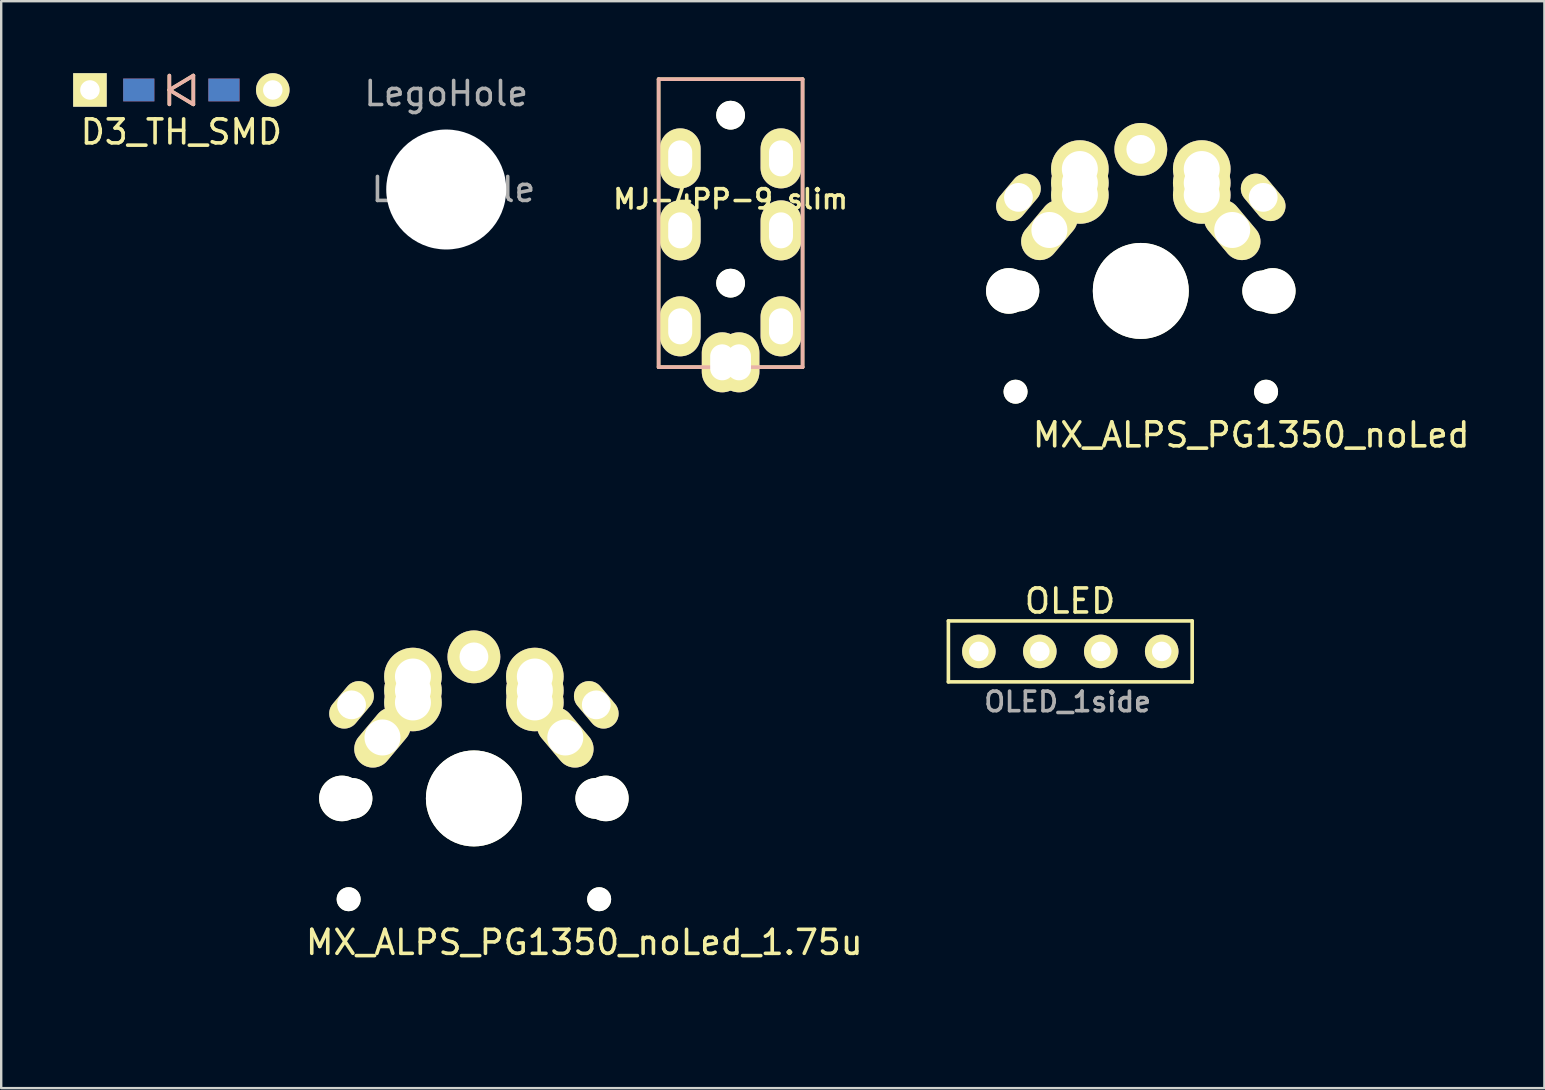
<source format=kicad_pcb>
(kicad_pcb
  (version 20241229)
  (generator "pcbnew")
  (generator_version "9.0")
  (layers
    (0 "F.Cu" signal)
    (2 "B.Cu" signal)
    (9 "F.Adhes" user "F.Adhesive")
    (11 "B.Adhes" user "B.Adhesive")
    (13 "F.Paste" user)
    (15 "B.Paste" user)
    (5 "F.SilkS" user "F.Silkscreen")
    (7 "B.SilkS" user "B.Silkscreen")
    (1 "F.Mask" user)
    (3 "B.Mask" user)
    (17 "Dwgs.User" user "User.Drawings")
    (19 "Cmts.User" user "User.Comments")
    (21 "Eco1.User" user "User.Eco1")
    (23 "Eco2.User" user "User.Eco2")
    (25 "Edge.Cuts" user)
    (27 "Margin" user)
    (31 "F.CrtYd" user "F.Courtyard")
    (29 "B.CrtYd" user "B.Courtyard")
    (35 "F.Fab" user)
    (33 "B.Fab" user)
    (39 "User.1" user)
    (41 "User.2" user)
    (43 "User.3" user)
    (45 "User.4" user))
  (footprint "OLED_1side"
    (layer "F.Cu")
    (at 37.745 24.098)
    (property "Reference" "OLED_1side" (at 3.7 2.1 180) (layer "F.Fab") (effects (font (size 0.813 0.813) (thickness 0.15))))
    (attr through_hole)
    (fp_line (start -1.27 -1.27) (end 8.89 -1.27) (stroke (width 0.15) (type solid)) (layer "F.SilkS"))
    (fp_line (start -1.27 1.27) (end -1.27 -1.27) (stroke (width 0.15) (type solid)) (layer "F.SilkS"))
    (fp_line (start -1.27 1.27) (end 8.89 1.27) (stroke (width 0.15) (type solid)) (layer "F.SilkS"))
    (fp_line (start 8.89 -1.27) (end 8.89 1.27) (stroke (width 0.15) (type solid)) (layer "F.SilkS"))
    (fp_text user "OLED" (at 3.8 -2.1 0) (layer "F.SilkS") (effects (font (size 1 1) (thickness 0.15))))
    (pad "1" thru_hole circle (at 0 0) (size 1.397 1.397) (drill 0.813) (layers "*.Cu" "*.Mask" "F.SilkS"))
    (pad "2" thru_hole circle (at 2.54 0) (size 1.397 1.397) (drill 0.813) (layers "*.Cu" "*.Mask" "F.SilkS"))
    (pad "3" thru_hole circle (at 5.08 0) (size 1.397 1.397) (drill 0.813) (layers "*.Cu" "*.Mask" "F.SilkS"))
    (pad "4" thru_hole circle (at 7.62 0) (size 1.397 1.397) (drill 0.813) (layers "*.Cu" "*.Mask" "F.SilkS")))
  (footprint "MJ-4PP-9_slim"
    (layer "F.Cu")
    (at 27.398 0.25)
    (property "Reference" "MJ-4PP-9_slim" (at 0 5 0) (layer "F.SilkS") (effects (font (size 0.8 0.8) (thickness 0.15))))
    (attr through_hole)
    (fp_line (start -3 0) (end 3 0) (stroke (width 0.15) (type solid)) (layer "F.SilkS"))
    (fp_line (start -3 12) (end -3 0) (stroke (width 0.15) (type solid)) (layer "F.SilkS"))
    (fp_line (start 3 0) (end 3 12) (stroke (width 0.15) (type solid)) (layer "F.SilkS"))
    (fp_line (start 3 12) (end -3 12) (stroke (width 0.15) (type solid)) (layer "F.SilkS"))
    (fp_line (start -3 0) (end 3 0) (stroke (width 0.15) (type solid)) (layer "B.SilkS"))
    (fp_line (start -3 12) (end -3 0) (stroke (width 0.15) (type solid)) (layer "B.SilkS"))
    (fp_line (start 3 0) (end 3 12) (stroke (width 0.15) (type solid)) (layer "B.SilkS"))
    (fp_line (start 3 12) (end -3 12) (stroke (width 0.15) (type solid)) (layer "B.SilkS"))
    (pad "" np_thru_hole circle (at 0 1.5) (size 1.2 1.2) (drill 1.2) (layers "*.Cu" "*.Mask" "F.SilkS"))
    (pad "" np_thru_hole circle (at 0 8.5) (size 1.2 1.2) (drill 1.2) (layers "*.Cu" "*.Mask" "F.SilkS"))
    (pad "1" thru_hole oval (at -2.1 10.3) (size 1.7 2.5) (drill oval 1 1.5) (layers "*.Cu" "*.Mask" "F.SilkS"))
    (pad "1" thru_hole oval (at 2.1 10.3) (size 1.7 2.5) (drill oval 1 1.5) (layers "*.Cu" "*.Mask" "F.SilkS"))
    (pad "2" thru_hole oval (at -2.1 6.3) (size 1.7 2.5) (drill oval 1 1.5) (layers "*.Cu" "*.Mask" "F.SilkS"))
    (pad "2" thru_hole oval (at 2.1 6.3) (size 1.7 2.5) (drill oval 1 1.5) (layers "*.Cu" "*.Mask" "F.SilkS"))
    (pad "3" thru_hole oval (at -2.1 3.3) (size 1.7 2.5) (drill oval 1 1.5) (layers "*.Cu" "*.Mask" "F.SilkS"))
    (pad "3" thru_hole oval (at 2.1 3.3) (size 1.7 2.5) (drill oval 1 1.5) (layers "*.Cu" "*.Mask" "F.SilkS"))
    (pad "4" thru_hole oval (at -0.35 11.8) (size 1.7 2.5) (drill oval 1 1.5) (layers "*.Cu" "*.Mask" "F.SilkS"))
    (pad "4" thru_hole oval (at 0.35 11.8) (size 1.7 2.5) (drill oval 1 1.5) (layers "*.Cu" "*.Mask" "F.SilkS")))
  (footprint "D3_TH_SMD"
    (layer "F.Cu")
    (at 4.508 0.699)
    (property "Reference" "D3_TH_SMD" (at 0 1.75 0) (layer "F.SilkS") (effects (font (size 1 1) (thickness 0.15))))
    (attr through_hole)
    (fp_line (start -0.5 -0.6) (end -0.5 0.6) (stroke (width 0.15) (type solid)) (layer "F.SilkS"))
    (fp_line (start -0.5 0) (end 0.5 -0.6) (stroke (width 0.15) (type solid)) (layer "F.SilkS"))
    (fp_line (start 0.5 -0.6) (end 0.5 0.6) (stroke (width 0.15) (type solid)) (layer "F.SilkS"))
    (fp_line (start 0.5 0.6) (end -0.5 0) (stroke (width 0.15) (type solid)) (layer "F.SilkS"))
    (fp_line (start -0.5 -0.6) (end -0.5 0.6) (stroke (width 0.15) (type solid)) (layer "B.SilkS"))
    (fp_line (start -0.5 0) (end 0.5 -0.6) (stroke (width 0.15) (type solid)) (layer "B.SilkS"))
    (fp_line (start 0.5 -0.6) (end 0.5 0.6) (stroke (width 0.15) (type solid)) (layer "B.SilkS"))
    (fp_line (start 0.5 0.6) (end -0.5 0) (stroke (width 0.15) (type solid)) (layer "B.SilkS"))
    (pad "1" thru_hole rect (at -3.81 0) (size 1.397 1.397) (drill 0.813) (layers "*.Cu" "*.Mask" "F.SilkS"))
    (pad "1" smd rect (at -1.775 0) (size 1.3 0.95) (layers "F.Cu" "F.Mask" "F.Paste"))
    (pad "1" smd rect (at -1.775 0) (size 1.3 0.95) (layers "B.Cu" "B.Mask" "B.Paste"))
    (pad "2" smd rect (at 1.775 0) (size 1.3 0.95) (layers "F.Cu" "F.Mask" "F.Paste"))
    (pad "2" smd rect (at 1.775 0) (size 1.3 0.95) (layers "B.Cu" "B.Mask" "B.Paste"))
    (pad "2" thru_hole circle (at 3.81 0) (size 1.397 1.397) (drill 0.813) (layers "*.Cu" "*.Mask" "F.SilkS")))
  (footprint "MX_ALPS_PG1350_noLed_1.75u"
    (layer "F.Cu")
    (at 16.7 30.225)
    (property "Reference" "MX_ALPS_PG1350_noLed_1.75u" (at 4.6 6 0) (layer "F.SilkS") (effects (font (size 1 1) (thickness 0.15))))
    (attr through_hole)
    (fp_line (start -16.625 -9) (end 16.625 -9) (stroke (width 0.15) (type solid)) (layer "Eco2.User"))
    (fp_line (start -16.625 9) (end -16.625 -9) (stroke (width 0.15) (type solid)) (layer "Eco2.User"))
    (fp_line (start -7 -7) (end 7 -7) (stroke (width 0.15) (type solid)) (layer "Eco2.User"))
    (fp_line (start -7 7) (end -7 -7) (stroke (width 0.15) (type solid)) (layer "Eco2.User"))
    (fp_line (start 7 -7) (end 7 7) (stroke (width 0.15) (type solid)) (layer "Eco2.User"))
    (fp_line (start 7 7) (end -7 7) (stroke (width 0.15) (type solid)) (layer "Eco2.User"))
    (fp_line (start 16.625 -9) (end 16.625 9) (stroke (width 0.15) (type solid)) (layer "Eco2.User"))
    (fp_line (start 16.625 9) (end -16.625 9) (stroke (width 0.15) (type solid)) (layer "Eco2.User"))
    (pad "" np_thru_hole circle (at -5.5 0 90) (size 1.9 1.9) (drill 1.9) (layers "*.Cu" "*.Mask" "F.SilkS"))
    (pad "" np_thru_hole circle (at -5.22 4.2) (size 1 1) (drill 1) (layers "*.Cu" "*.Mask" "F.SilkS"))
    (pad "" np_thru_hole circle (at -5.08 0) (size 1.7 1.7) (drill 1.7) (layers "*.Cu" "*.Mask" "F.SilkS"))
    (pad "" np_thru_hole circle (at 0 0 90) (size 4 4) (drill 4) (layers "*.Cu" "*.Mask" "F.SilkS"))
    (pad "" np_thru_hole circle (at 5.08 0) (size 1.7 1.7) (drill 1.7) (layers "*.Cu" "*.Mask" "F.SilkS"))
    (pad "" np_thru_hole circle (at 5.22 4.2) (size 1 1) (drill 1) (layers "*.Cu" "*.Mask" "F.SilkS"))
    (pad "" np_thru_hole circle (at 5.5 0 90) (size 1.9 1.9) (drill 1.9) (layers "*.Cu" "*.Mask" "F.SilkS"))
    (pad "1" thru_hole oval (at -5.1 -3.9 50) (size 2.2 1.25) (drill 1.2) (layers "*.Cu" "*.Mask" "F.SilkS"))
    (pad "1" thru_hole oval (at -3.81 -2.54 50) (size 2.8 1.55) (drill 1.5) (layers "*.Cu" "*.Mask" "F.SilkS"))
    (pad "1" thru_hole circle (at -2.54 -5.08) (size 2.4 2.4) (drill 1.5) (layers "*.Cu" "*.Mask" "F.SilkS"))
    (pad "1" thru_hole circle (at -2.54 -4.5) (size 2.4 2.4) (drill 1.5) (layers "*.Cu" "*.Mask" "F.SilkS"))
    (pad "1" thru_hole circle (at -2.54 -4) (size 2.4 2.4) (drill 1.5) (layers "*.Cu" "*.Mask" "F.SilkS"))
    (pad "1" thru_hole oval (at 5.1 -3.9 310) (size 2.2 1.25) (drill 1.2) (layers "*.Cu" "*.Mask" "F.SilkS"))
    (pad "2" thru_hole circle (at 0 -5.9 90) (size 2.2 2.2) (drill 1.2) (layers "*.Cu" "*.Mask" "F.SilkS"))
    (pad "2" thru_hole circle (at 2.54 -5.08) (size 2.4 2.4) (drill 1.5) (layers "*.Cu" "*.Mask" "F.SilkS"))
    (pad "2" thru_hole circle (at 2.54 -4.5) (size 2.4 2.4) (drill 1.5) (layers "*.Cu" "*.Mask" "F.SilkS"))
    (pad "2" thru_hole circle (at 2.54 -4) (size 2.4 2.4) (drill 1.5) (layers "*.Cu" "*.Mask" "F.SilkS"))
    (pad "2" thru_hole oval (at 3.81 -2.54 310) (size 2.8 1.55) (drill 1.5) (layers "*.Cu" "*.Mask" "F.SilkS")))
  (footprint "LegoHole"
    (layer "F.Cu")
    (at 15.547 4.848)
    (property "Reference" "LegoHole" (at 0 -4 0) (layer "F.Fab") (effects (font (size 1 1) (thickness 0.15))))
    (attr exclude_from_pos_files exclude_from_bom)
    (fp_text user "${REFERENCE}" (at 0.3 0 0) (layer "F.Fab") (effects (font (size 1 1) (thickness 0.15))))
    (pad "" np_thru_hole circle (at 0 0) (size 5 5) (drill 5) (layers "*.Cu" "*.Mask")))
  (footprint "MX_ALPS_PG1350_noLed"
    (layer "F.Cu")
    (at 44.494 9.075)
    (property "Reference" "MX_ALPS_PG1350_noLed" (at 4.6 6 0) (layer "F.SilkS") (effects (font (size 1 1) (thickness 0.15))))
    (attr through_hole)
    (fp_line (start -9 -9) (end 9 -9) (stroke (width 0.15) (type solid)) (layer "Eco2.User"))
    (fp_line (start -9 9) (end -9 -9) (stroke (width 0.15) (type solid)) (layer "Eco2.User"))
    (fp_line (start -7 -7) (end 7 -7) (stroke (width 0.15) (type solid)) (layer "Eco2.User"))
    (fp_line (start -7 7) (end -7 -7) (stroke (width 0.15) (type solid)) (layer "Eco2.User"))
    (fp_line (start 7 -7) (end 7 7) (stroke (width 0.15) (type solid)) (layer "Eco2.User"))
    (fp_line (start 7 7) (end -7 7) (stroke (width 0.15) (type solid)) (layer "Eco2.User"))
    (fp_line (start 9 -9) (end 9 9) (stroke (width 0.15) (type solid)) (layer "Eco2.User"))
    (fp_line (start 9 9) (end -9 9) (stroke (width 0.15) (type solid)) (layer "Eco2.User"))
    (pad "" np_thru_hole circle (at -5.5 0 90) (size 1.9 1.9) (drill 1.9) (layers "*.Cu" "*.Mask" "F.SilkS"))
    (pad "" np_thru_hole circle (at -5.22 4.2) (size 1 1) (drill 1) (layers "*.Cu" "*.Mask" "F.SilkS"))
    (pad "" np_thru_hole circle (at -5.08 0) (size 1.7 1.7) (drill 1.7) (layers "*.Cu" "*.Mask" "F.SilkS"))
    (pad "" np_thru_hole circle (at 0 0 90) (size 4 4) (drill 4) (layers "*.Cu" "*.Mask" "F.SilkS"))
    (pad "" np_thru_hole circle (at 5.08 0) (size 1.7 1.7) (drill 1.7) (layers "*.Cu" "*.Mask" "F.SilkS"))
    (pad "" np_thru_hole circle (at 5.22 4.2) (size 1 1) (drill 1) (layers "*.Cu" "*.Mask" "F.SilkS"))
    (pad "" np_thru_hole circle (at 5.5 0 90) (size 1.9 1.9) (drill 1.9) (layers "*.Cu" "*.Mask" "F.SilkS"))
    (pad "1" thru_hole oval (at -5.1 -3.9 50) (size 2.2 1.25) (drill 1.2) (layers "*.Cu" "*.Mask" "F.SilkS"))
    (pad "1" thru_hole oval (at -3.81 -2.54 50) (size 2.8 1.55) (drill 1.5) (layers "*.Cu" "*.Mask" "F.SilkS"))
    (pad "1" thru_hole circle (at -2.54 -5.08) (size 2.4 2.4) (drill 1.5) (layers "*.Cu" "*.Mask" "F.SilkS"))
    (pad "1" thru_hole circle (at -2.54 -4.5) (size 2.4 2.4) (drill 1.5) (layers "*.Cu" "*.Mask" "F.SilkS"))
    (pad "1" thru_hole circle (at -2.54 -4) (size 2.4 2.4) (drill 1.5) (layers "*.Cu" "*.Mask" "F.SilkS"))
    (pad "1" thru_hole oval (at 5.1 -3.9 310) (size 2.2 1.25) (drill 1.2) (layers "*.Cu" "*.Mask" "F.SilkS"))
    (pad "2" thru_hole circle (at 0 -5.9 90) (size 2.2 2.2) (drill 1.2) (layers "*.Cu" "*.Mask" "F.SilkS"))
    (pad "2" thru_hole circle (at 2.54 -5.08) (size 2.4 2.4) (drill 1.5) (layers "*.Cu" "*.Mask" "F.SilkS"))
    (pad "2" thru_hole circle (at 2.54 -4.5) (size 2.4 2.4) (drill 1.5) (layers "*.Cu" "*.Mask" "F.SilkS"))
    (pad "2" thru_hole circle (at 2.54 -4) (size 2.4 2.4) (drill 1.5) (layers "*.Cu" "*.Mask" "F.SilkS"))
    (pad "2" thru_hole oval (at 3.81 -2.54 310) (size 2.8 1.55) (drill 1.5) (layers "*.Cu" "*.Mask" "F.SilkS")))
  (gr_rect
    (start -3 -3)
    (end 61.314 42.3)
    (stroke (width 0.1) (type default))
    (fill no)
    (layer "Edge.Cuts")))
</source>
